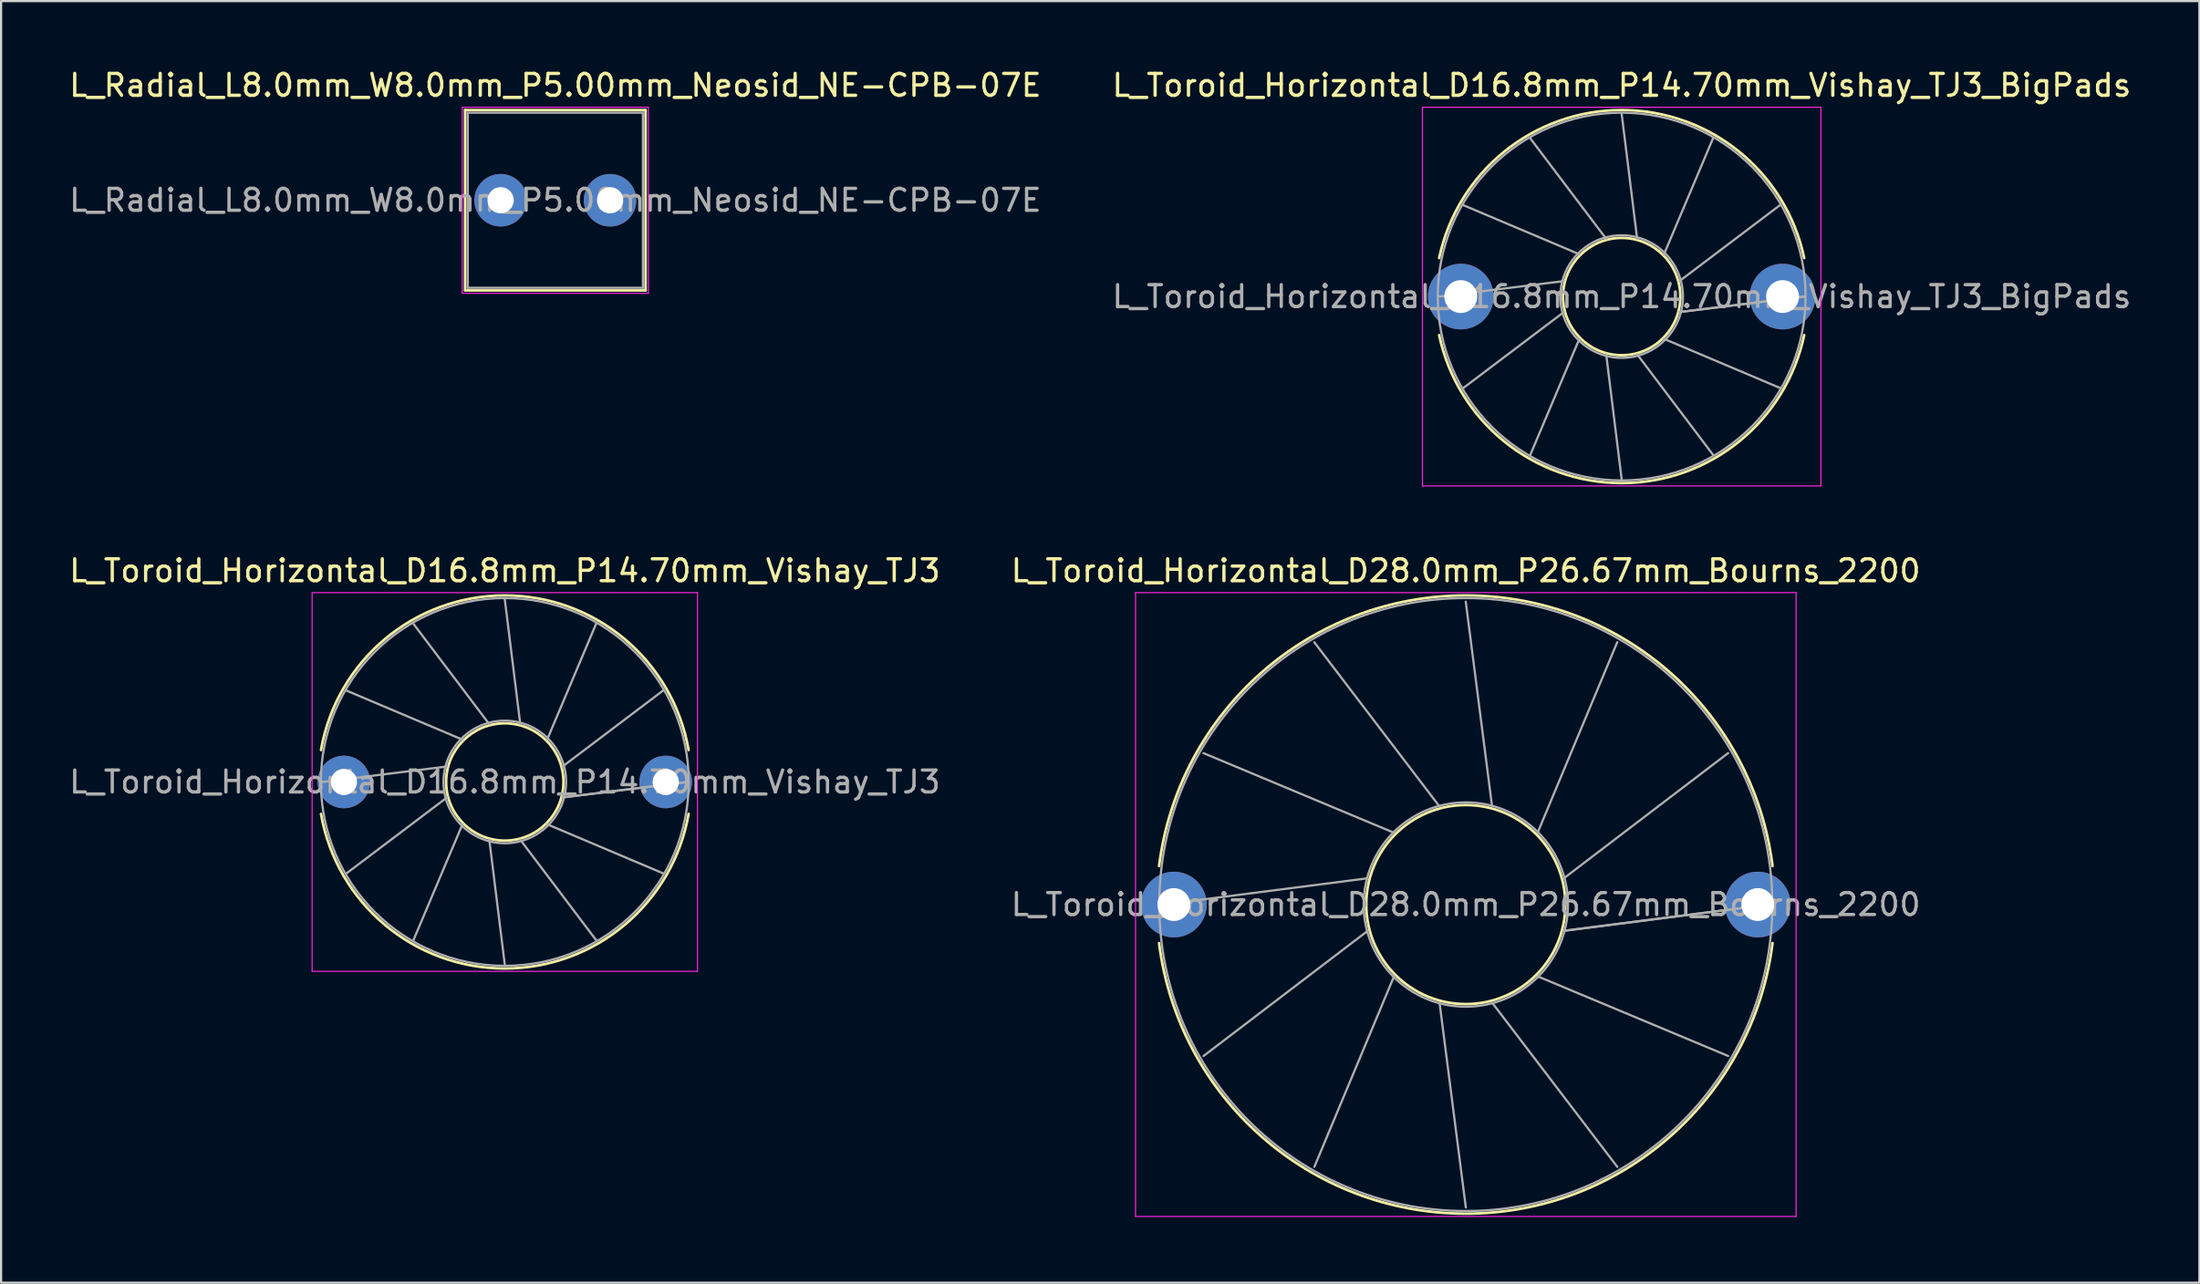
<source format=kicad_pcb>
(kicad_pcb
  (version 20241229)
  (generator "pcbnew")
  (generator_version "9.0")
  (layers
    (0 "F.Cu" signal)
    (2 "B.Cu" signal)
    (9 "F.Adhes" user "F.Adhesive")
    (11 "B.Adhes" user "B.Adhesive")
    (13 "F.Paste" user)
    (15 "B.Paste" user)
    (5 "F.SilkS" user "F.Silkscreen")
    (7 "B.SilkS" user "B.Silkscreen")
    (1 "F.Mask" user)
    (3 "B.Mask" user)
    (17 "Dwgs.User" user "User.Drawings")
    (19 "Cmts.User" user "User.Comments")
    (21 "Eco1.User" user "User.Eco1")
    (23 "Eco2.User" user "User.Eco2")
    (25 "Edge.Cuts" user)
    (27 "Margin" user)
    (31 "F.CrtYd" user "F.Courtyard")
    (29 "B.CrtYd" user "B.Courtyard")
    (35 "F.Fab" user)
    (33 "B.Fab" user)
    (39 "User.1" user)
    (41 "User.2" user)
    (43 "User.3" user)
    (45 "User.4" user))
  (footprint "L_Toroid_Horizontal_D16.8mm_P14.70mm_Vishay_TJ3"
    (layer "F.Cu")
    (at 12.656 32.672)
    (property "Reference" "L_Toroid_Horizontal_D16.8mm_P14.70mm_Vishay_TJ3" (at 7.35 -9.65 0) (layer "F.SilkS") (effects (font (size 1 1) (thickness 0.15))))
    (attr through_hole)
    (fp_arc (start -1.043974 -1.46) (mid 7.35 -8.52) (end 15.743974 -1.46) (stroke (width 0.12) (type solid)) (layer "F.SilkS"))
    (fp_arc (start 15.743974 1.46) (mid 7.35 8.52) (end -1.043974 1.46) (stroke (width 0.12) (type solid)) (layer "F.SilkS"))
    (fp_circle (center 7.35 0) (end 10.03 0) (stroke (width 0.12) (type solid)) (fill no) (layer "F.SilkS"))
    (fp_line (start -1.45 -8.65) (end -1.45 8.65) (stroke (width 0.05) (type solid)) (layer "F.CrtYd"))
    (fp_line (start -1.45 8.65) (end 16.15 8.65) (stroke (width 0.05) (type solid)) (layer "F.CrtYd"))
    (fp_line (start 16.15 -8.65) (end -1.45 -8.65) (stroke (width 0.05) (type solid)) (layer "F.CrtYd"))
    (fp_line (start 16.15 8.65) (end 16.15 -8.65) (stroke (width 0.05) (type solid)) (layer "F.CrtYd"))
    (fp_line (start -1 0.001) (end 4.709 -0.707) (stroke (width 0.1) (type solid)) (layer "F.Fab"))
    (fp_line (start 0.119 -4.174) (end 5.417 -1.933) (stroke (width 0.1) (type solid)) (layer "F.Fab"))
    (fp_line (start 0.119 4.175) (end 4.71 0.708) (stroke (width 0.1) (type solid)) (layer "F.Fab"))
    (fp_line (start 3.174 -7.23) (end 6.642 -2.64) (stroke (width 0.1) (type solid)) (layer "F.Fab"))
    (fp_line (start 3.176 7.231) (end 5.417 1.933) (stroke (width 0.1) (type solid)) (layer "F.Fab"))
    (fp_line (start 7.349 -8.35) (end 8.057 -2.641) (stroke (width 0.1) (type solid)) (layer "F.Fab"))
    (fp_line (start 7.35 8.35) (end 6.643 2.64) (stroke (width 0.1) (type solid)) (layer "F.Fab"))
    (fp_line (start 11.524 -7.232) (end 9.283 -1.933) (stroke (width 0.1) (type solid)) (layer "F.Fab"))
    (fp_line (start 11.525 7.231) (end 8.058 2.64) (stroke (width 0.1) (type solid)) (layer "F.Fab"))
    (fp_line (start 14.58 -4.176) (end 9.99 -0.708) (stroke (width 0.1) (type solid)) (layer "F.Fab"))
    (fp_line (start 14.581 4.175) (end 9.283 1.933) (stroke (width 0.1) (type solid)) (layer "F.Fab"))
    (fp_line (start 15.7 -0.002) (end 9.991 0.707) (stroke (width 0.1) (type solid)) (layer "F.Fab"))
    (fp_line (start 15.7 0) (end 9.99 0.707) (stroke (width 0.1) (type solid)) (layer "F.Fab"))
    (fp_circle (center 7.35 0) (end 10.15 0) (stroke (width 0.1) (type solid)) (fill no) (layer "F.Fab"))
    (fp_circle (center 7.35 0) (end 15.75 0) (stroke (width 0.1) (type solid)) (fill no) (layer "F.Fab"))
    (fp_text user "${REFERENCE}" (at 7.35 0 0) (layer "F.Fab") (effects (font (size 1 1) (thickness 0.15))))
    (pad "1" thru_hole circle (at 0 0) (size 2.4 2.4) (drill 1.2) (layers "*.Cu" "*.Mask"))
    (pad "2" thru_hole circle (at 14.7 0) (size 2.4 2.4) (drill 1.2) (layers "*.Cu" "*.Mask")))
  (footprint "L_Toroid_Horizontal_D28.0mm_P26.67mm_Bourns_2200"
    (layer "F.Cu")
    (at 50.564 38.272)
    (property "Reference" "L_Toroid_Horizontal_D28.0mm_P26.67mm_Bourns_2200" (at 13.335 -15.25 0) (layer "F.SilkS") (effects (font (size 1 1) (thickness 0.15))))
    (attr through_hole)
    (fp_arc (start -0.674882 -1.76) (mid 13.335 -14.12) (end 27.344882 -1.76) (stroke (width 0.12) (type solid)) (layer "F.SilkS"))
    (fp_arc (start 27.344882 1.76) (mid 13.335 14.12) (end -0.674882 1.76) (stroke (width 0.12) (type solid)) (layer "F.SilkS"))
    (fp_circle (center 13.335 0) (end 17.882 0) (stroke (width 0.12) (type solid)) (fill no) (layer "F.SilkS"))
    (fp_line (start -1.75 -14.25) (end -1.75 14.25) (stroke (width 0.05) (type solid)) (layer "F.CrtYd"))
    (fp_line (start -1.75 14.25) (end 28.42 14.25) (stroke (width 0.05) (type solid)) (layer "F.CrtYd"))
    (fp_line (start 28.42 -14.25) (end -1.75 -14.25) (stroke (width 0.05) (type solid)) (layer "F.CrtYd"))
    (fp_line (start 28.42 14.25) (end 28.42 -14.25) (stroke (width 0.05) (type solid)) (layer "F.CrtYd"))
    (fp_line (start -0.503 0.001) (end 8.855 -1.2) (stroke (width 0.1) (type solid)) (layer "F.Fab"))
    (fp_line (start 1.351 -6.918) (end 10.055 -3.279) (stroke (width 0.1) (type solid)) (layer "F.Fab"))
    (fp_line (start 1.352 6.92) (end 8.856 1.201) (stroke (width 0.1) (type solid)) (layer "F.Fab"))
    (fp_line (start 6.415 -11.983) (end 12.134 -4.479) (stroke (width 0.1) (type solid)) (layer "F.Fab"))
    (fp_line (start 6.417 11.984) (end 10.056 3.28) (stroke (width 0.1) (type solid)) (layer "F.Fab"))
    (fp_line (start 13.333 -13.838) (end 14.535 -4.48) (stroke (width 0.1) (type solid)) (layer "F.Fab"))
    (fp_line (start 13.336 13.838) (end 12.135 4.48) (stroke (width 0.1) (type solid)) (layer "F.Fab"))
    (fp_line (start 20.252 -11.985) (end 16.614 -3.28) (stroke (width 0.1) (type solid)) (layer "F.Fab"))
    (fp_line (start 20.254 11.983) (end 14.535 4.48) (stroke (width 0.1) (type solid)) (layer "F.Fab"))
    (fp_line (start 25.318 -6.921) (end 17.814 -1.201) (stroke (width 0.1) (type solid)) (layer "F.Fab"))
    (fp_line (start 25.319 6.919) (end 16.614 3.279) (stroke (width 0.1) (type solid)) (layer "F.Fab"))
    (fp_line (start 27.173 -0.003) (end 17.815 1.199) (stroke (width 0.1) (type solid)) (layer "F.Fab"))
    (fp_line (start 27.173 0) (end 17.815 1.2) (stroke (width 0.1) (type solid)) (layer "F.Fab"))
    (fp_circle (center 13.335 0) (end 18.002 0) (stroke (width 0.1) (type solid)) (fill no) (layer "F.Fab"))
    (fp_circle (center 13.335 0) (end 27.335 0) (stroke (width 0.1) (type solid)) (fill no) (layer "F.Fab"))
    (fp_text user "${REFERENCE}" (at 13.335 0 0) (layer "F.Fab") (effects (font (size 1 1) (thickness 0.15))))
    (pad "1" thru_hole circle (at 0 0) (size 3 3) (drill 1.5) (layers "*.Cu" "*.Mask"))
    (pad "2" thru_hole circle (at 26.67 0) (size 3 3) (drill 1.5) (layers "*.Cu" "*.Mask")))
  (footprint "L_Radial_L8.0mm_W8.0mm_P5.00mm_Neosid_NE-CPB-07E"
    (layer "F.Cu")
    (at 19.815 6.098)
    (property "Reference" "L_Radial_L8.0mm_W8.0mm_P5.00mm_Neosid_NE-CPB-07E" (at 2.5 -5.25 0) (layer "F.SilkS") (effects (font (size 1 1) (thickness 0.15))))
    (attr through_hole)
    (fp_line (start -1.62 -4.12) (end -1.62 4.12) (stroke (width 0.12) (type solid)) (layer "F.SilkS"))
    (fp_line (start -1.62 -4.12) (end 6.62 -4.12) (stroke (width 0.12) (type solid)) (layer "F.SilkS"))
    (fp_line (start -1.62 4.12) (end 6.62 4.12) (stroke (width 0.12) (type solid)) (layer "F.SilkS"))
    (fp_line (start 6.62 -4.12) (end 6.62 4.12) (stroke (width 0.12) (type solid)) (layer "F.SilkS"))
    (fp_line (start -1.75 -4.25) (end -1.75 4.25) (stroke (width 0.05) (type solid)) (layer "F.CrtYd"))
    (fp_line (start -1.75 4.25) (end 6.75 4.25) (stroke (width 0.05) (type solid)) (layer "F.CrtYd"))
    (fp_line (start 6.75 -4.25) (end -1.75 -4.25) (stroke (width 0.05) (type solid)) (layer "F.CrtYd"))
    (fp_line (start 6.75 4.25) (end 6.75 -4.25) (stroke (width 0.05) (type solid)) (layer "F.CrtYd"))
    (fp_line (start -1.5 -4) (end -1.5 4) (stroke (width 0.1) (type solid)) (layer "F.Fab"))
    (fp_line (start -1.5 4) (end 6.5 4) (stroke (width 0.1) (type solid)) (layer "F.Fab"))
    (fp_line (start 6.5 -4) (end -1.5 -4) (stroke (width 0.1) (type solid)) (layer "F.Fab"))
    (fp_line (start 6.5 4) (end 6.5 -4) (stroke (width 0.1) (type solid)) (layer "F.Fab"))
    (fp_text user "${REFERENCE}" (at 2.5 0 0) (layer "F.Fab") (effects (font (size 1 1) (thickness 0.15))))
    (pad "1" thru_hole circle (at 0 0) (size 2.4 2.4) (drill 1.2) (layers "*.Cu" "*.Mask"))
    (pad "2" thru_hole circle (at 5 0) (size 2.4 2.4) (drill 1.2) (layers "*.Cu" "*.Mask")))
  (footprint "L_Toroid_Horizontal_D16.8mm_P14.70mm_Vishay_TJ3_BigPads"
    (layer "F.Cu")
    (at 63.668 10.498)
    (property "Reference" "L_Toroid_Horizontal_D16.8mm_P14.70mm_Vishay_TJ3_BigPads" (at 7.35 -9.65 0) (layer "F.SilkS") (effects (font (size 1 1) (thickness 0.15))))
    (attr through_hole)
    (fp_arc (start -0.986234 -1.76) (mid 7.35 -8.52) (end 15.686234 -1.76) (stroke (width 0.12) (type solid)) (layer "F.SilkS"))
    (fp_arc (start 15.686234 1.76) (mid 7.35 8.52) (end -0.986234 1.76) (stroke (width 0.12) (type solid)) (layer "F.SilkS"))
    (fp_circle (center 7.35 0) (end 10.03 0) (stroke (width 0.12) (type solid)) (fill no) (layer "F.SilkS"))
    (fp_line (start -1.75 -8.65) (end -1.75 8.65) (stroke (width 0.05) (type solid)) (layer "F.CrtYd"))
    (fp_line (start -1.75 8.65) (end 16.45 8.65) (stroke (width 0.05) (type solid)) (layer "F.CrtYd"))
    (fp_line (start 16.45 -8.65) (end -1.75 -8.65) (stroke (width 0.05) (type solid)) (layer "F.CrtYd"))
    (fp_line (start 16.45 8.65) (end 16.45 -8.65) (stroke (width 0.05) (type solid)) (layer "F.CrtYd"))
    (fp_line (start -1 0.001) (end 4.709 -0.707) (stroke (width 0.1) (type solid)) (layer "F.Fab"))
    (fp_line (start 0.119 -4.174) (end 5.417 -1.933) (stroke (width 0.1) (type solid)) (layer "F.Fab"))
    (fp_line (start 0.119 4.175) (end 4.71 0.708) (stroke (width 0.1) (type solid)) (layer "F.Fab"))
    (fp_line (start 3.174 -7.23) (end 6.642 -2.64) (stroke (width 0.1) (type solid)) (layer "F.Fab"))
    (fp_line (start 3.176 7.231) (end 5.417 1.933) (stroke (width 0.1) (type solid)) (layer "F.Fab"))
    (fp_line (start 7.349 -8.35) (end 8.057 -2.641) (stroke (width 0.1) (type solid)) (layer "F.Fab"))
    (fp_line (start 7.35 8.35) (end 6.643 2.64) (stroke (width 0.1) (type solid)) (layer "F.Fab"))
    (fp_line (start 11.524 -7.232) (end 9.283 -1.933) (stroke (width 0.1) (type solid)) (layer "F.Fab"))
    (fp_line (start 11.525 7.231) (end 8.058 2.64) (stroke (width 0.1) (type solid)) (layer "F.Fab"))
    (fp_line (start 14.58 -4.176) (end 9.99 -0.708) (stroke (width 0.1) (type solid)) (layer "F.Fab"))
    (fp_line (start 14.581 4.175) (end 9.283 1.933) (stroke (width 0.1) (type solid)) (layer "F.Fab"))
    (fp_line (start 15.7 -0.002) (end 9.991 0.707) (stroke (width 0.1) (type solid)) (layer "F.Fab"))
    (fp_line (start 15.7 0) (end 9.99 0.707) (stroke (width 0.1) (type solid)) (layer "F.Fab"))
    (fp_circle (center 7.35 0) (end 10.15 0) (stroke (width 0.1) (type solid)) (fill no) (layer "F.Fab"))
    (fp_circle (center 7.35 0) (end 15.75 0) (stroke (width 0.1) (type solid)) (fill no) (layer "F.Fab"))
    (fp_text user "${REFERENCE}" (at 7.35 0 0) (layer "F.Fab") (effects (font (size 1 1) (thickness 0.15))))
    (pad "1" thru_hole circle (at 0 0) (size 3 3) (drill 1.5) (layers "*.Cu" "*.Mask"))
    (pad "2" thru_hole circle (at 14.7 0) (size 3 3) (drill 1.5) (layers "*.Cu" "*.Mask")))
  (gr_rect
    (start -3 -3)
    (end 97.405 55.547)
    (stroke (width 0.1) (type default))
    (fill no)
    (layer "Edge.Cuts")))
</source>
